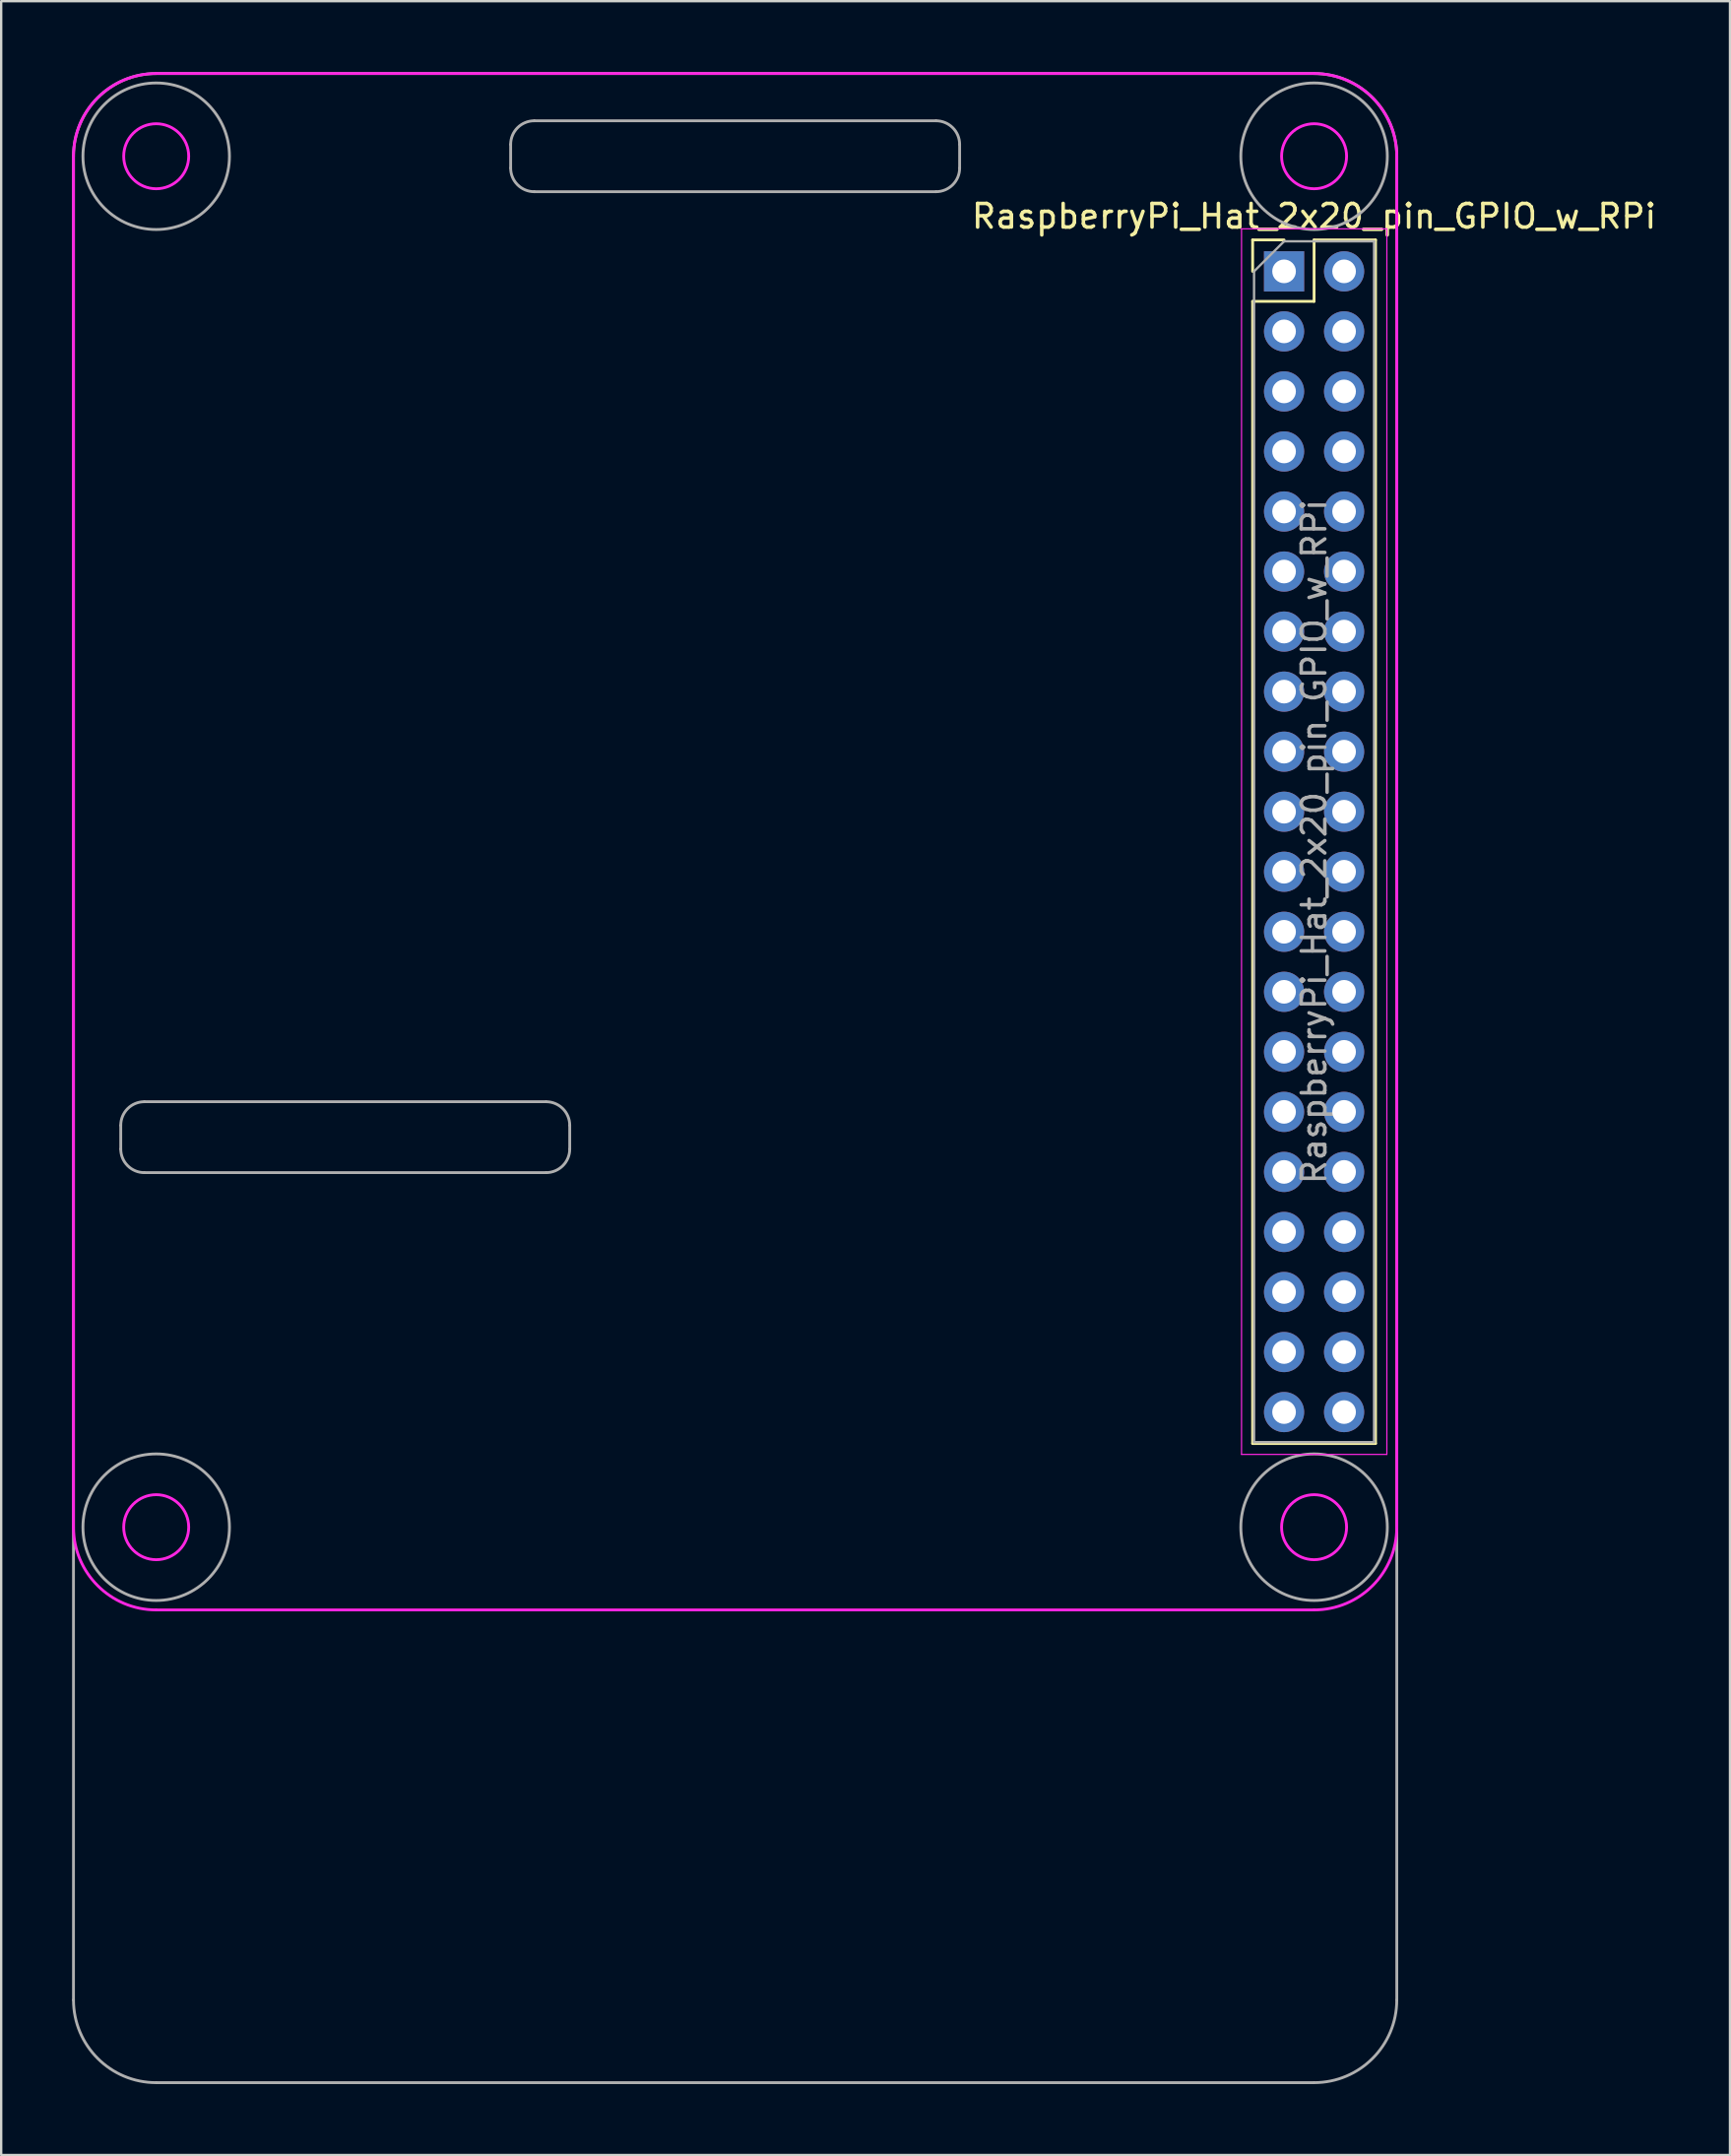
<source format=kicad_pcb>
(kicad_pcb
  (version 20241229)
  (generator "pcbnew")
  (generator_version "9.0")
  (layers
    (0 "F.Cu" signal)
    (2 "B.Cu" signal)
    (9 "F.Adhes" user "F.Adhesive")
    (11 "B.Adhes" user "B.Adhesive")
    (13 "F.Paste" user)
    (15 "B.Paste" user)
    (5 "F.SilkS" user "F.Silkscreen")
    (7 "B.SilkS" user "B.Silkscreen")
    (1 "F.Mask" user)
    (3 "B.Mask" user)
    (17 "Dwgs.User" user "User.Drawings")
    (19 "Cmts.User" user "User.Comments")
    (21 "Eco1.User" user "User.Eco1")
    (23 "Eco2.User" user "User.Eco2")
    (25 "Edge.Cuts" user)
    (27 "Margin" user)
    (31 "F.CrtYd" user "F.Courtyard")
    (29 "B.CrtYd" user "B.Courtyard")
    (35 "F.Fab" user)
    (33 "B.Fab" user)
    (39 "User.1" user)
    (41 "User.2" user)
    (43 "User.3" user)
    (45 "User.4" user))
  (footprint "RaspberryPi_Hat_2x20_pin_GPIO_w_RPi"
    (layer "F.Cu")
    (at 51.368 8.442)
    (property "Reference" "RaspberryPi_Hat_2x20_pin_GPIO_w_RPi" (at 1.192 -2.342 0) (layer "F.SilkS") (effects (font (size 1 1) (thickness 0.15))))
    (attr through_hole)
    (fp_line (start -1.408 -1.342) (end -0.078 -1.342) (stroke (width 0.12) (type solid)) (layer "F.SilkS"))
    (fp_line (start -1.408 -0.012) (end -1.408 -1.342) (stroke (width 0.12) (type solid)) (layer "F.SilkS"))
    (fp_line (start -1.408 1.258) (end -1.408 49.578) (stroke (width 0.12) (type solid)) (layer "F.SilkS"))
    (fp_line (start -1.408 1.258) (end 1.192 1.258) (stroke (width 0.12) (type solid)) (layer "F.SilkS"))
    (fp_line (start -1.408 49.578) (end 3.792 49.578) (stroke (width 0.12) (type solid)) (layer "F.SilkS"))
    (fp_line (start 1.192 -1.342) (end 3.792 -1.342) (stroke (width 0.12) (type solid)) (layer "F.SilkS"))
    (fp_line (start 1.192 1.258) (end 1.192 -1.342) (stroke (width 0.12) (type solid)) (layer "F.SilkS"))
    (fp_line (start 3.792 -1.342) (end 3.792 49.578) (stroke (width 0.12) (type solid)) (layer "F.SilkS"))
    (fp_line (start -51.308 -4.882) (end -51.308 53.118) (stroke (width 0.12) (type solid)) (layer "F.CrtYd"))
    (fp_line (start -47.808 56.618) (end 1.192 56.618) (stroke (width 0.12) (type solid)) (layer "F.CrtYd"))
    (fp_line (start -1.878 -1.812) (end -1.878 50.038) (stroke (width 0.05) (type solid)) (layer "F.CrtYd"))
    (fp_line (start -1.878 50.038) (end 4.272 50.038) (stroke (width 0.05) (type solid)) (layer "F.CrtYd"))
    (fp_line (start 1.192 -8.382) (end -47.808 -8.382) (stroke (width 0.12) (type solid)) (layer "F.CrtYd"))
    (fp_line (start 4.272 -1.812) (end -1.878 -1.812) (stroke (width 0.05) (type solid)) (layer "F.CrtYd"))
    (fp_line (start 4.272 50.038) (end 4.272 -1.812) (stroke (width 0.05) (type solid)) (layer "F.CrtYd"))
    (fp_line (start 4.692 53.118) (end 4.692 -4.882) (stroke (width 0.12) (type solid)) (layer "F.CrtYd"))
    (fp_arc (start -51.308 -4.882) (mid -50.282874 -7.356874) (end -47.808 -8.382) (stroke (width 0.12) (type solid)) (layer "F.CrtYd"))
    (fp_arc (start -47.808 56.618) (mid -50.282874 55.592874) (end -51.308 53.118) (stroke (width 0.12) (type solid)) (layer "F.CrtYd"))
    (fp_arc (start 1.192 -8.382) (mid 3.666874 -7.356874) (end 4.692 -4.882) (stroke (width 0.12) (type solid)) (layer "F.CrtYd"))
    (fp_arc (start 4.692 53.118) (mid 3.666874 55.592874) (end 1.192 56.618) (stroke (width 0.12) (type solid)) (layer "F.CrtYd"))
    (fp_circle (center -47.808 -4.882) (end -46.433 -4.907) (stroke (width 0.12) (type solid)) (fill no) (layer "F.CrtYd"))
    (fp_circle (center -47.808 53.118) (end -46.433 53.093) (stroke (width 0.12) (type solid)) (fill no) (layer "F.CrtYd"))
    (fp_circle (center 1.192 -4.882) (end 2.567 -4.907) (stroke (width 0.12) (type solid)) (fill no) (layer "F.CrtYd"))
    (fp_circle (center 1.192 53.118) (end 2.567 53.093) (stroke (width 0.12) (type solid)) (fill no) (layer "F.CrtYd"))
    (fp_line (start -51.308 73.118) (end -51.308 -4.882) (stroke (width 0.12) (type solid)) (layer "F.Fab"))
    (fp_line (start -49.308 36.118) (end -49.308 37.118) (stroke (width 0.12) (type solid)) (layer "F.Fab"))
    (fp_line (start -48.308 38.118) (end -31.308 38.118) (stroke (width 0.12) (type solid)) (layer "F.Fab"))
    (fp_line (start -32.808 -5.382) (end -32.808 -4.382) (stroke (width 0.12) (type solid)) (layer "F.Fab"))
    (fp_line (start -31.808 -3.382) (end -14.808 -3.382) (stroke (width 0.12) (type solid)) (layer "F.Fab"))
    (fp_line (start -31.308 35.118) (end -48.308 35.118) (stroke (width 0.12) (type solid)) (layer "F.Fab"))
    (fp_line (start -30.308 37.118) (end -30.308 36.118) (stroke (width 0.12) (type solid)) (layer "F.Fab"))
    (fp_line (start -14.808 -6.382) (end -31.808 -6.382) (stroke (width 0.12) (type solid)) (layer "F.Fab"))
    (fp_line (start -13.808 -4.382) (end -13.808 -5.382) (stroke (width 0.12) (type solid)) (layer "F.Fab"))
    (fp_line (start -1.348 -0.012) (end -0.078 -1.282) (stroke (width 0.1) (type solid)) (layer "F.Fab"))
    (fp_line (start -1.348 49.518) (end -1.348 -0.012) (stroke (width 0.1) (type solid)) (layer "F.Fab"))
    (fp_line (start -0.078 -1.282) (end 3.732 -1.282) (stroke (width 0.1) (type solid)) (layer "F.Fab"))
    (fp_line (start 1.192 -8.382) (end -47.808 -8.382) (stroke (width 0.12) (type solid)) (layer "F.Fab"))
    (fp_line (start 1.192 76.618) (end -47.808 76.618) (stroke (width 0.12) (type solid)) (layer "F.Fab"))
    (fp_line (start 3.732 -1.282) (end 3.732 49.518) (stroke (width 0.1) (type solid)) (layer "F.Fab"))
    (fp_line (start 3.732 49.518) (end -1.348 49.518) (stroke (width 0.1) (type solid)) (layer "F.Fab"))
    (fp_line (start 4.692 -4.882) (end 4.692 73.118) (stroke (width 0.12) (type solid)) (layer "F.Fab"))
    (fp_arc (start -51.308 -4.882) (mid -50.282874 -7.356874) (end -47.808 -8.382) (stroke (width 0.12) (type solid)) (layer "F.Fab"))
    (fp_arc (start -49.308 36.118) (mid -49.015107 35.410893) (end -48.308 35.118) (stroke (width 0.12) (type solid)) (layer "F.Fab"))
    (fp_arc (start -48.308 38.118) (mid -49.015107 37.825107) (end -49.308 37.118) (stroke (width 0.12) (type solid)) (layer "F.Fab"))
    (fp_arc (start -47.808 76.618) (mid -50.282874 75.592874) (end -51.308 73.118) (stroke (width 0.12) (type solid)) (layer "F.Fab"))
    (fp_arc (start -32.808 -5.382) (mid -32.515107 -6.089107) (end -31.808 -6.382) (stroke (width 0.12) (type solid)) (layer "F.Fab"))
    (fp_arc (start -31.808 -3.382) (mid -32.515107 -3.674893) (end -32.808 -4.382) (stroke (width 0.12) (type solid)) (layer "F.Fab"))
    (fp_arc (start -31.308 35.118) (mid -30.600893 35.410893) (end -30.308 36.118) (stroke (width 0.12) (type solid)) (layer "F.Fab"))
    (fp_arc (start -30.308 37.118) (mid -30.600893 37.825107) (end -31.308 38.118) (stroke (width 0.12) (type solid)) (layer "F.Fab"))
    (fp_arc (start -14.808 -6.382) (mid -14.100893 -6.089107) (end -13.808 -5.382) (stroke (width 0.12) (type solid)) (layer "F.Fab"))
    (fp_arc (start -13.808 -4.382) (mid -14.100893 -3.674893) (end -14.808 -3.382) (stroke (width 0.12) (type solid)) (layer "F.Fab"))
    (fp_arc (start 1.192 -8.382) (mid 3.666874 -7.356874) (end 4.692 -4.882) (stroke (width 0.12) (type solid)) (layer "F.Fab"))
    (fp_arc (start 4.692 73.118) (mid 3.666874 75.592874) (end 1.192 76.618) (stroke (width 0.12) (type solid)) (layer "F.Fab"))
    (fp_circle (center -47.808 -4.882) (end -44.708 -4.882) (stroke (width 0.12) (type solid)) (fill no) (layer "F.Fab"))
    (fp_circle (center -47.808 53.118) (end -44.708 53.118) (stroke (width 0.12) (type solid)) (fill no) (layer "F.Fab"))
    (fp_circle (center 1.192 -4.882) (end 4.292 -4.882) (stroke (width 0.12) (type solid)) (fill no) (layer "F.Fab"))
    (fp_circle (center 1.192 53.118) (end 4.292 53.118) (stroke (width 0.12) (type solid)) (fill no) (layer "F.Fab"))
    (fp_text user "${REFERENCE}" (at 1.192 24.118 90) (layer "F.Fab") (effects (font (size 1 1) (thickness 0.15))))
    (pad "1" thru_hole rect (at -0.078 -0.012) (size 1.7 1.7) (drill 1) (layers "*.Cu" "*.Mask"))
    (pad "2" thru_hole oval (at 2.462 -0.012) (size 1.7 1.7) (drill 1) (layers "*.Cu" "*.Mask"))
    (pad "3" thru_hole oval (at -0.078 2.528) (size 1.7 1.7) (drill 1) (layers "*.Cu" "*.Mask"))
    (pad "4" thru_hole oval (at 2.462 2.528) (size 1.7 1.7) (drill 1) (layers "*.Cu" "*.Mask"))
    (pad "5" thru_hole oval (at -0.078 5.068) (size 1.7 1.7) (drill 1) (layers "*.Cu" "*.Mask"))
    (pad "6" thru_hole oval (at 2.462 5.068) (size 1.7 1.7) (drill 1) (layers "*.Cu" "*.Mask"))
    (pad "7" thru_hole oval (at -0.078 7.608) (size 1.7 1.7) (drill 1) (layers "*.Cu" "*.Mask"))
    (pad "8" thru_hole oval (at 2.462 7.608) (size 1.7 1.7) (drill 1) (layers "*.Cu" "*.Mask"))
    (pad "9" thru_hole oval (at -0.078 10.148) (size 1.7 1.7) (drill 1) (layers "*.Cu" "*.Mask"))
    (pad "10" thru_hole oval (at 2.462 10.148) (size 1.7 1.7) (drill 1) (layers "*.Cu" "*.Mask"))
    (pad "11" thru_hole oval (at -0.078 12.688) (size 1.7 1.7) (drill 1) (layers "*.Cu" "*.Mask"))
    (pad "12" thru_hole oval (at 2.462 12.688) (size 1.7 1.7) (drill 1) (layers "*.Cu" "*.Mask"))
    (pad "13" thru_hole oval (at -0.078 15.228) (size 1.7 1.7) (drill 1) (layers "*.Cu" "*.Mask"))
    (pad "14" thru_hole oval (at 2.462 15.228) (size 1.7 1.7) (drill 1) (layers "*.Cu" "*.Mask"))
    (pad "15" thru_hole oval (at -0.078 17.768) (size 1.7 1.7) (drill 1) (layers "*.Cu" "*.Mask"))
    (pad "16" thru_hole oval (at 2.462 17.768) (size 1.7 1.7) (drill 1) (layers "*.Cu" "*.Mask"))
    (pad "17" thru_hole oval (at -0.078 20.308) (size 1.7 1.7) (drill 1) (layers "*.Cu" "*.Mask"))
    (pad "18" thru_hole oval (at 2.462 20.308) (size 1.7 1.7) (drill 1) (layers "*.Cu" "*.Mask"))
    (pad "19" thru_hole oval (at -0.078 22.848) (size 1.7 1.7) (drill 1) (layers "*.Cu" "*.Mask"))
    (pad "20" thru_hole oval (at 2.462 22.848) (size 1.7 1.7) (drill 1) (layers "*.Cu" "*.Mask"))
    (pad "21" thru_hole oval (at -0.078 25.388) (size 1.7 1.7) (drill 1) (layers "*.Cu" "*.Mask"))
    (pad "22" thru_hole oval (at 2.462 25.388) (size 1.7 1.7) (drill 1) (layers "*.Cu" "*.Mask"))
    (pad "23" thru_hole oval (at -0.078 27.928) (size 1.7 1.7) (drill 1) (layers "*.Cu" "*.Mask"))
    (pad "24" thru_hole oval (at 2.462 27.928) (size 1.7 1.7) (drill 1) (layers "*.Cu" "*.Mask"))
    (pad "25" thru_hole oval (at -0.078 30.468) (size 1.7 1.7) (drill 1) (layers "*.Cu" "*.Mask"))
    (pad "26" thru_hole oval (at 2.462 30.468) (size 1.7 1.7) (drill 1) (layers "*.Cu" "*.Mask"))
    (pad "27" thru_hole oval (at -0.078 33.008) (size 1.7 1.7) (drill 1) (layers "*.Cu" "*.Mask"))
    (pad "28" thru_hole oval (at 2.462 33.008) (size 1.7 1.7) (drill 1) (layers "*.Cu" "*.Mask"))
    (pad "29" thru_hole oval (at -0.078 35.548) (size 1.7 1.7) (drill 1) (layers "*.Cu" "*.Mask"))
    (pad "30" thru_hole oval (at 2.462 35.548) (size 1.7 1.7) (drill 1) (layers "*.Cu" "*.Mask"))
    (pad "31" thru_hole oval (at -0.078 38.088) (size 1.7 1.7) (drill 1) (layers "*.Cu" "*.Mask"))
    (pad "32" thru_hole oval (at 2.462 38.088) (size 1.7 1.7) (drill 1) (layers "*.Cu" "*.Mask"))
    (pad "33" thru_hole oval (at -0.078 40.628) (size 1.7 1.7) (drill 1) (layers "*.Cu" "*.Mask"))
    (pad "34" thru_hole oval (at 2.462 40.628) (size 1.7 1.7) (drill 1) (layers "*.Cu" "*.Mask"))
    (pad "35" thru_hole oval (at -0.078 43.168) (size 1.7 1.7) (drill 1) (layers "*.Cu" "*.Mask"))
    (pad "36" thru_hole oval (at 2.462 43.168) (size 1.7 1.7) (drill 1) (layers "*.Cu" "*.Mask"))
    (pad "37" thru_hole oval (at -0.078 45.708) (size 1.7 1.7) (drill 1) (layers "*.Cu" "*.Mask"))
    (pad "38" thru_hole oval (at 2.462 45.708) (size 1.7 1.7) (drill 1) (layers "*.Cu" "*.Mask"))
    (pad "39" thru_hole oval (at -0.078 48.248) (size 1.7 1.7) (drill 1) (layers "*.Cu" "*.Mask"))
    (pad "40" thru_hole oval (at 2.462 48.248) (size 1.7 1.7) (drill 1) (layers "*.Cu" "*.Mask")))
  (gr_rect
    (start -3 -3)
    (end 70.161 88.12)
    (stroke (width 0.1) (type default))
    (fill no)
    (layer "Edge.Cuts")))
</source>
